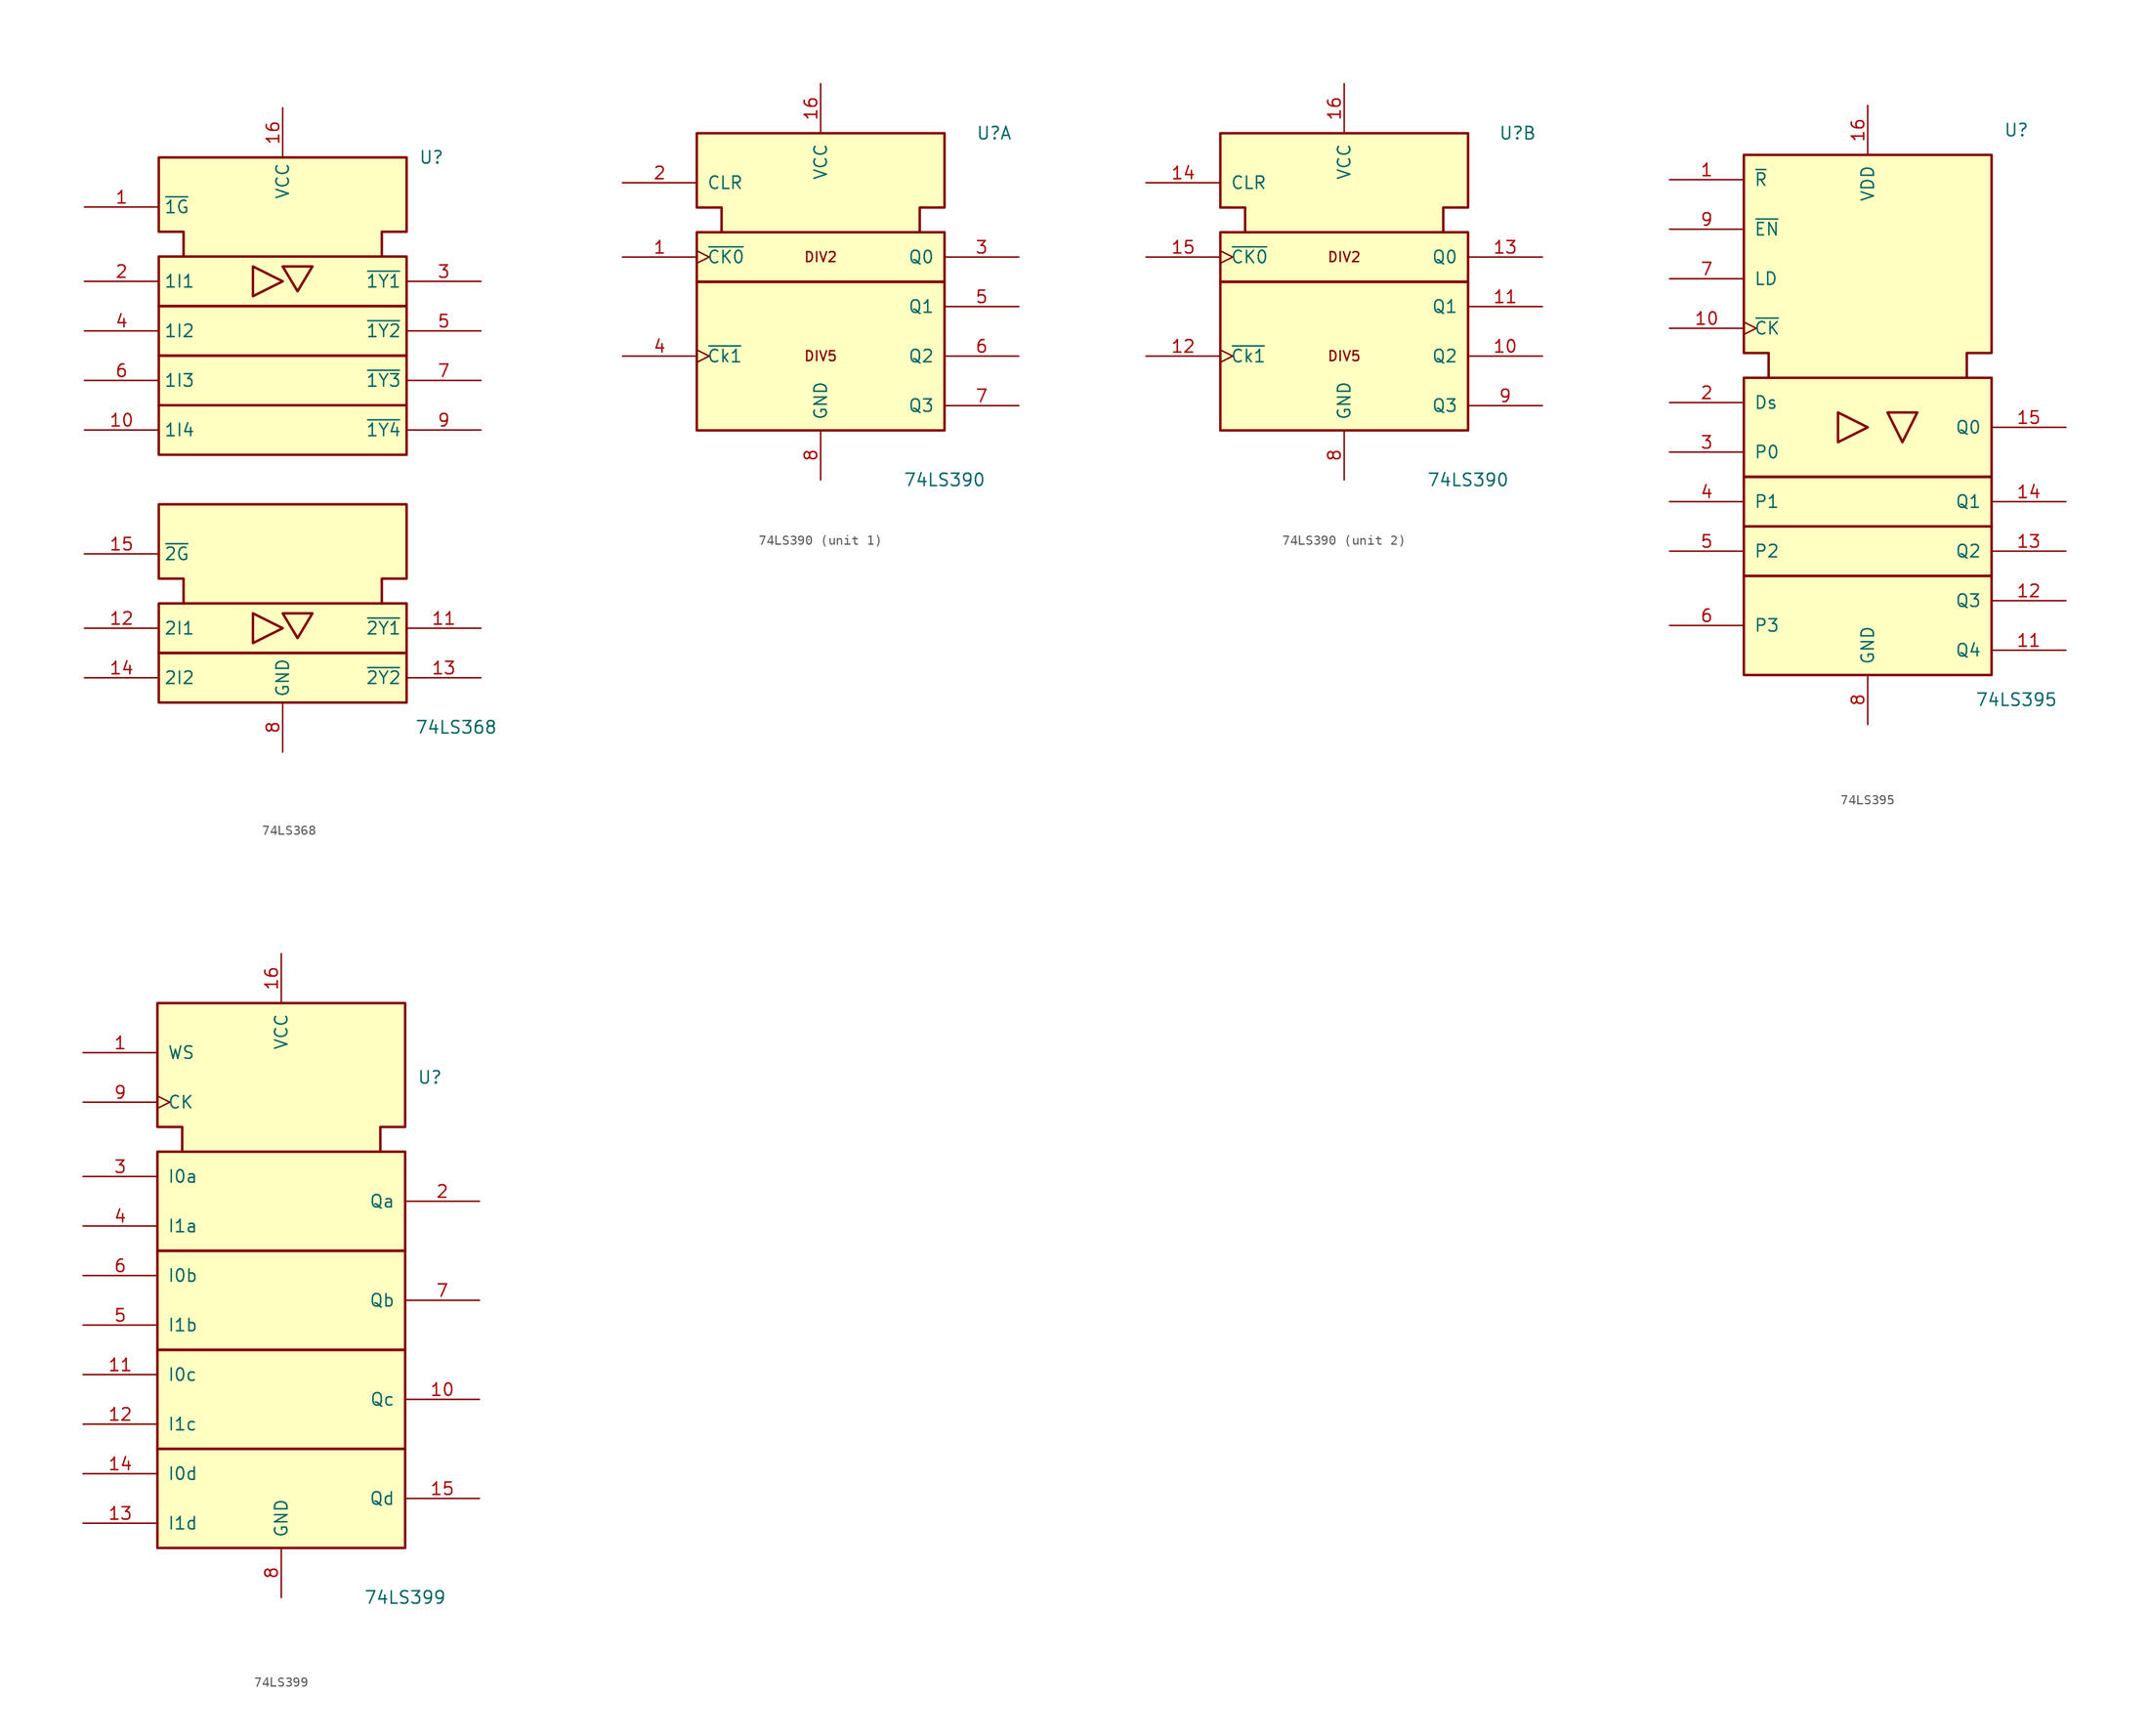
<source format=kicad_sym>
(kicad_symbol_lib
  (version 20231120)
  (generator "kicad_symbol_editor")
  (generator_version "8.0")
  (symbol "74LS368"
    (property "Reference" "U"
      (at 15.24 17.78 0)
      (effects (font (size 1.27 1.27))))
    (property "Value" "74LS368"
      (at 17.78 -40.64 0)
      (effects (font (size 1.27 1.27))))
    (symbol "74LS368_0_0"
      (rectangle (start -12.7 -33.02) (end 12.7 -38.1) (stroke (width 0.254) (type default)) (fill (type background)))
      (rectangle (start -12.7 -27.94) (end 12.7 -33.02) (stroke (width 0.254) (type default)) (fill (type background)))
      (rectangle (start -12.7 -7.62) (end 12.7 -12.7) (stroke (width 0.254) (type default)) (fill (type background)))
      (rectangle (start -12.7 -2.54) (end 12.7 -7.62) (stroke (width 0.254) (type default)) (fill (type background)))
      (rectangle (start -12.7 2.54) (end 12.7 -2.54) (stroke (width 0.254) (type default)) (fill (type background)))
      (rectangle (start -12.7 7.62) (end 12.7 2.54) (stroke (width 0.254) (type default)) (fill (type background)))
      (polyline (pts (xy -3.048 -28.956) (xy -3.048 -32.004) (xy 0 -30.48) (xy -3.048 -28.956) (xy -3.048 -28.956)) (stroke (width 0.254) (type default)) (fill (type background)))
      (polyline (pts (xy -3.048 6.604) (xy 0 5.08) (xy -3.048 3.556) (xy -3.048 6.604) (xy -3.048 6.604)) (stroke (width 0.254) (type default)) (fill (type background)))
      (polyline (pts (xy -10.16 -27.94) (xy -10.16 -25.4) (xy -12.7 -25.4) (xy -12.7 -17.78) (xy 12.7 -17.78) (xy 12.7 -25.4) (xy 10.16 -25.4) (xy 10.16 -27.94) (xy 10.16 -27.94)) (stroke (width 0.254) (type default)) (fill (type background)))
      (polyline (pts (xy -10.16 7.62) (xy -10.16 10.16) (xy -12.7 10.16) (xy -12.7 17.78) (xy 12.7 17.78) (xy 12.7 10.16) (xy 10.16 10.16) (xy 10.16 7.62) (xy 10.16 7.62)) (stroke (width 0.254) (type default)) (fill (type background)))
      (pin power_in line (at 0 22.86 270) (length 5.08) (name "VCC" (effects (font (size 1.27 1.27)))) (number "16" (effects (font (size 1.27 1.27)))))
      (pin power_in line (at 0 -43.18 90) (length 5.08) (name "GND" (effects (font (size 1.27 1.27)))) (number "8" (effects (font (size 1.27 1.27))))))
    (symbol "74LS368_0_1"
      (polyline (pts (xy 0 -28.956) (xy 3.048 -28.956) (xy 1.524 -31.496) (xy 0 -28.956) (xy 0 -28.956)) (stroke (width 0.254) (type default)) (fill (type background)))
      (polyline (pts (xy 0 6.604) (xy 3.048 6.604) (xy 1.524 4.064) (xy 0 6.604) (xy 0.508 6.604)) (stroke (width 0.254) (type default)) (fill (type background))))
    (symbol "74LS368_1_1"
      (pin input line (at -20.32 12.7 0) (length 7.62) (name "~{1G}" (effects (font (size 1.27 1.27)))) (number "1" (effects (font (size 1.27 1.27)))))
      (pin input line (at -20.32 -10.16 0) (length 7.62) (name "1I4" (effects (font (size 1.27 1.27)))) (number "10" (effects (font (size 1.27 1.27)))))
      (pin tri_state line (at 20.32 -30.48 180) (length 7.62) (name "~{2Y1}" (effects (font (size 1.27 1.27)))) (number "11" (effects (font (size 1.27 1.27)))))
      (pin input line (at -20.32 -30.48 0) (length 7.62) (name "2I1" (effects (font (size 1.27 1.27)))) (number "12" (effects (font (size 1.27 1.27)))))
      (pin tri_state line (at 20.32 -35.56 180) (length 7.62) (name "~{2Y2}" (effects (font (size 1.27 1.27)))) (number "13" (effects (font (size 1.27 1.27)))))
      (pin input line (at -20.32 -35.56 0) (length 7.62) (name "2I2" (effects (font (size 1.27 1.27)))) (number "14" (effects (font (size 1.27 1.27)))))
      (pin input line (at -20.32 -22.86 0) (length 7.62) (name "~{2G}" (effects (font (size 1.27 1.27)))) (number "15" (effects (font (size 1.27 1.27)))))
      (pin input line (at -20.32 5.08 0) (length 7.62) (name "1I1" (effects (font (size 1.27 1.27)))) (number "2" (effects (font (size 1.27 1.27)))))
      (pin tri_state line (at 20.32 5.08 180) (length 7.62) (name "~{1Y1}" (effects (font (size 1.27 1.27)))) (number "3" (effects (font (size 1.27 1.27)))))
      (pin input line (at -20.32 0 0) (length 7.62) (name "1I2" (effects (font (size 1.27 1.27)))) (number "4" (effects (font (size 1.27 1.27)))))
      (pin tri_state line (at 20.32 0 180) (length 7.62) (name "~{1Y2}" (effects (font (size 1.27 1.27)))) (number "5" (effects (font (size 1.27 1.27)))))
      (pin input line (at -20.32 -5.08 0) (length 7.62) (name "1I3" (effects (font (size 1.27 1.27)))) (number "6" (effects (font (size 1.27 1.27)))))
      (pin tri_state line (at 20.32 -5.08 180) (length 7.62) (name "~{1Y3}" (effects (font (size 1.27 1.27)))) (number "7" (effects (font (size 1.27 1.27)))))
      (pin tri_state line (at 20.32 -10.16 180) (length 7.62) (name "~{1Y4}" (effects (font (size 1.27 1.27)))) (number "9" (effects (font (size 1.27 1.27)))))))
  (symbol "74LS390"
    (pin_names
      (offset 1.016))
    (property "Reference" "U"
      (at 17.78 20.32 0)
      (effects (font (size 1.27 1.27))))
    (property "Value" "74LS390"
      (at 12.7 -15.24 0)
      (effects (font (size 1.27 1.27))))
    (symbol "74LS390_0_0"
      (rectangle (start -12.7 5.08) (end 12.7 -10.16) (stroke (width 0.254) (type default)) (fill (type background)))
      (rectangle (start -12.7 10.16) (end 12.7 5.08) (stroke (width 0.254) (type default)) (fill (type background)))
      (polyline (pts (xy -10.16 10.16) (xy -10.16 12.7) (xy -12.7 12.7) (xy -12.7 20.32) (xy 12.7 20.32) (xy 12.7 12.7) (xy 10.16 12.7) (xy 10.16 10.16) (xy 10.16 10.16)) (stroke (width 0.254) (type default)) (fill (type background)))
      (text "DIV2" (at 0 7.62 0) (effects (font (size 1.016 1.016))))
      (text "DIV5" (at 0 -2.54 0) (effects (font (size 1.016 1.016))))
      (pin power_in line (at 0 25.4 270) (length 5.08) (name "VCC" (effects (font (size 1.27 1.27)))) (number "16" (effects (font (size 1.27 1.27)))))
      (pin power_in line (at 0 -15.24 90) (length 5.08) (name "GND" (effects (font (size 1.27 1.27)))) (number "8" (effects (font (size 1.27 1.27))))))
    (symbol "74LS390_1_1"
      (pin input clock (at -20.32 7.62 0) (length 7.62) (name "~{CK0}" (effects (font (size 1.27 1.27)))) (number "1" (effects (font (size 1.27 1.27)))))
      (pin input line (at -20.32 15.24 0) (length 7.62) (name "CLR" (effects (font (size 1.27 1.27)))) (number "2" (effects (font (size 1.27 1.27)))))
      (pin output line (at 20.32 7.62 180) (length 7.62) (name "Q0" (effects (font (size 1.27 1.27)))) (number "3" (effects (font (size 1.27 1.27)))))
      (pin input clock (at -20.32 -2.54 0) (length 7.62) (name "~{Ck1}" (effects (font (size 1.27 1.27)))) (number "4" (effects (font (size 1.27 1.27)))))
      (pin output line (at 20.32 2.54 180) (length 7.62) (name "Q1" (effects (font (size 1.27 1.27)))) (number "5" (effects (font (size 1.27 1.27)))))
      (pin output line (at 20.32 -2.54 180) (length 7.62) (name "Q2" (effects (font (size 1.27 1.27)))) (number "6" (effects (font (size 1.27 1.27)))))
      (pin output line (at 20.32 -7.62 180) (length 7.62) (name "Q3" (effects (font (size 1.27 1.27)))) (number "7" (effects (font (size 1.27 1.27))))))
    (symbol "74LS390_2_1"
      (pin output line (at 20.32 -2.54 180) (length 7.62) (name "Q2" (effects (font (size 1.27 1.27)))) (number "10" (effects (font (size 1.27 1.27)))))
      (pin output line (at 20.32 2.54 180) (length 7.62) (name "Q1" (effects (font (size 1.27 1.27)))) (number "11" (effects (font (size 1.27 1.27)))))
      (pin input clock (at -20.32 -2.54 0) (length 7.62) (name "~{Ck1}" (effects (font (size 1.27 1.27)))) (number "12" (effects (font (size 1.27 1.27)))))
      (pin output line (at 20.32 7.62 180) (length 7.62) (name "Q0" (effects (font (size 1.27 1.27)))) (number "13" (effects (font (size 1.27 1.27)))))
      (pin input line (at -20.32 15.24 0) (length 7.62) (name "CLR" (effects (font (size 1.27 1.27)))) (number "14" (effects (font (size 1.27 1.27)))))
      (pin input clock (at -20.32 7.62 0) (length 7.62) (name "~{CK0}" (effects (font (size 1.27 1.27)))) (number "15" (effects (font (size 1.27 1.27)))))
      (pin output line (at 20.32 -7.62 180) (length 7.62) (name "Q3" (effects (font (size 1.27 1.27)))) (number "9" (effects (font (size 1.27 1.27)))))))
  (symbol "74LS395"
    (pin_names
      (offset 1.016))
    (property "Reference" "U"
      (at 15.24 27.94 0)
      (effects (font (size 1.27 1.27))))
    (property "Value" "74LS395"
      (at 15.24 -30.48 0)
      (effects (font (size 1.27 1.27))))
    (symbol "74LS395_0_0"
      (rectangle (start -12.7 -17.78) (end 12.7 -27.94) (stroke (width 0.254) (type default)) (fill (type background)))
      (polyline (pts (xy -10.16 2.54) (xy -10.16 5.08) (xy -12.7 5.08) (xy -12.7 25.4) (xy 12.7 25.4) (xy 12.7 5.08) (xy 10.16 5.08) (xy 10.16 2.54) (xy 10.16 2.54)) (stroke (width 0.254) (type default)) (fill (type background)))
      (pin power_in line (at 0 -33.02 90) (length 5.08) (name "GND" (effects (font (size 1.27 1.27)))) (number "8" (effects (font (size 1.27 1.27))))))
    (symbol "74LS395_0_1"
      (rectangle (start -12.7 -12.7) (end 12.7 -17.78) (stroke (width 0.254) (type default)) (fill (type background)))
      (rectangle (start -12.7 -7.62) (end 12.7 -12.7) (stroke (width 0.254) (type default)) (fill (type background)))
      (rectangle (start -12.7 2.54) (end 12.7 -7.62) (stroke (width 0.254) (type default)) (fill (type background)))
      (polyline (pts (xy -3.048 -1.016) (xy -3.048 -4.064) (xy 0 -2.54) (xy -3.048 -1.016) (xy -3.048 -1.016)) (stroke (width 0.254) (type default)) (fill (type background)))
      (polyline (pts (xy 5.08 -1.016) (xy 2.032 -1.016) (xy 3.556 -4.064) (xy 5.08 -1.016) (xy 5.08 -1.016)) (stroke (width 0.254) (type default)) (fill (type background)))
      (pin power_in line (at 0 30.48 270) (length 5.08) (name "VDD" (effects (font (size 1.27 1.27)))) (number "16" (effects (font (size 1.27 1.27))))))
    (symbol "74LS395_1_1"
      (pin input line (at -20.32 22.86 0) (length 7.62) (name "~{R}" (effects (font (size 1.27 1.27)))) (number "1" (effects (font (size 1.27 1.27)))))
      (pin input clock (at -20.32 7.62 0) (length 7.62) (name "~{CK}" (effects (font (size 1.27 1.27)))) (number "10" (effects (font (size 1.27 1.27)))))
      (pin input line (at 20.32 -25.4 180) (length 7.62) (name "Q4" (effects (font (size 1.27 1.27)))) (number "11" (effects (font (size 1.27 1.27)))))
      (pin output line (at 20.32 -20.32 180) (length 7.62) (name "Q3" (effects (font (size 1.27 1.27)))) (number "12" (effects (font (size 1.27 1.27)))))
      (pin output line (at 20.32 -15.24 180) (length 7.62) (name "Q2" (effects (font (size 1.27 1.27)))) (number "13" (effects (font (size 1.27 1.27)))))
      (pin output line (at 20.32 -10.16 180) (length 7.62) (name "Q1" (effects (font (size 1.27 1.27)))) (number "14" (effects (font (size 1.27 1.27)))))
      (pin output line (at 20.32 -2.54 180) (length 7.62) (name "Q0" (effects (font (size 1.27 1.27)))) (number "15" (effects (font (size 1.27 1.27)))))
      (pin input line (at -20.32 0 0) (length 7.62) (name "Ds" (effects (font (size 1.27 1.27)))) (number "2" (effects (font (size 1.27 1.27)))))
      (pin input line (at -20.32 -5.08 0) (length 7.62) (name "P0" (effects (font (size 1.27 1.27)))) (number "3" (effects (font (size 1.27 1.27)))))
      (pin input line (at -20.32 -10.16 0) (length 7.62) (name "P1" (effects (font (size 1.27 1.27)))) (number "4" (effects (font (size 1.27 1.27)))))
      (pin input line (at -20.32 -15.24 0) (length 7.62) (name "P2" (effects (font (size 1.27 1.27)))) (number "5" (effects (font (size 1.27 1.27)))))
      (pin input line (at -20.32 -22.86 0) (length 7.62) (name "P3" (effects (font (size 1.27 1.27)))) (number "6" (effects (font (size 1.27 1.27)))))
      (pin input line (at -20.32 12.7 0) (length 7.62) (name "LD" (effects (font (size 1.27 1.27)))) (number "7" (effects (font (size 1.27 1.27)))))
      (pin input line (at -20.32 17.78 0) (length 7.62) (name "~{EN}" (effects (font (size 1.27 1.27)))) (number "9" (effects (font (size 1.27 1.27)))))))
  (symbol "74LS399"
    (pin_names
      (offset 1.016))
    (property "Reference" "U"
      (at 15.24 20.32 0)
      (effects (font (size 1.27 1.27))))
    (property "Value" "74LS399"
      (at 12.7 -33.02 0)
      (effects (font (size 1.27 1.27))))
    (symbol "74LS399_0_0"
      (rectangle (start -12.7 -17.78) (end 12.7 -27.94) (stroke (width 0.254) (type default)) (fill (type background)))
      (rectangle (start -12.7 -7.62) (end 12.7 -17.78) (stroke (width 0.254) (type default)) (fill (type background)))
      (rectangle (start -12.7 2.54) (end 12.7 -7.62) (stroke (width 0.254) (type default)) (fill (type background)))
      (rectangle (start -12.7 12.7) (end 12.7 2.54) (stroke (width 0.254) (type default)) (fill (type background)))
      (polyline (pts (xy -10.16 12.7) (xy -10.16 15.24) (xy -12.7 15.24) (xy -12.7 27.94) (xy 12.7 27.94) (xy 12.7 15.24) (xy 10.16 15.24) (xy 10.16 12.7) (xy 10.16 12.7)) (stroke (width 0.254) (type default)) (fill (type background)))
      (pin power_in line (at 0 33.02 270) (length 5.08) (name "VCC" (effects (font (size 1.27 1.27)))) (number "16" (effects (font (size 1.27 1.27)))))
      (pin power_in line (at 0 -33.02 90) (length 5.08) (name "GND" (effects (font (size 1.27 1.27)))) (number "8" (effects (font (size 1.27 1.27))))))
    (symbol "74LS399_1_1"
      (pin input line (at -20.32 22.86 0) (length 7.62) (name "WS" (effects (font (size 1.27 1.27)))) (number "1" (effects (font (size 1.27 1.27)))))
      (pin tri_state line (at 20.32 -12.7 180) (length 7.62) (name "Qc" (effects (font (size 1.27 1.27)))) (number "10" (effects (font (size 1.27 1.27)))))
      (pin input line (at -20.32 -10.16 0) (length 7.62) (name "I0c" (effects (font (size 1.27 1.27)))) (number "11" (effects (font (size 1.27 1.27)))))
      (pin input line (at -20.32 -15.24 0) (length 7.62) (name "I1c" (effects (font (size 1.27 1.27)))) (number "12" (effects (font (size 1.27 1.27)))))
      (pin input line (at -20.32 -25.4 0) (length 7.62) (name "I1d" (effects (font (size 1.27 1.27)))) (number "13" (effects (font (size 1.27 1.27)))))
      (pin input line (at -20.32 -20.32 0) (length 7.62) (name "I0d" (effects (font (size 1.27 1.27)))) (number "14" (effects (font (size 1.27 1.27)))))
      (pin tri_state line (at 20.32 -22.86 180) (length 7.62) (name "Qd" (effects (font (size 1.27 1.27)))) (number "15" (effects (font (size 1.27 1.27)))))
      (pin tri_state line (at 20.32 7.62 180) (length 7.62) (name "Qa" (effects (font (size 1.27 1.27)))) (number "2" (effects (font (size 1.27 1.27)))))
      (pin input line (at -20.32 10.16 0) (length 7.62) (name "I0a" (effects (font (size 1.27 1.27)))) (number "3" (effects (font (size 1.27 1.27)))))
      (pin input line (at -20.32 5.08 0) (length 7.62) (name "I1a" (effects (font (size 1.27 1.27)))) (number "4" (effects (font (size 1.27 1.27)))))
      (pin input line (at -20.32 -5.08 0) (length 7.62) (name "I1b" (effects (font (size 1.27 1.27)))) (number "5" (effects (font (size 1.27 1.27)))))
      (pin input line (at -20.32 0 0) (length 7.62) (name "I0b" (effects (font (size 1.27 1.27)))) (number "6" (effects (font (size 1.27 1.27)))))
      (pin tri_state line (at 20.32 -2.54 180) (length 7.62) (name "Qb" (effects (font (size 1.27 1.27)))) (number "7" (effects (font (size 1.27 1.27)))))
      (pin input clock (at -20.32 17.78 0) (length 7.62) (name "CK" (effects (font (size 1.27 1.27)))) (number "9" (effects (font (size 1.27 1.27))))))))
</source>
